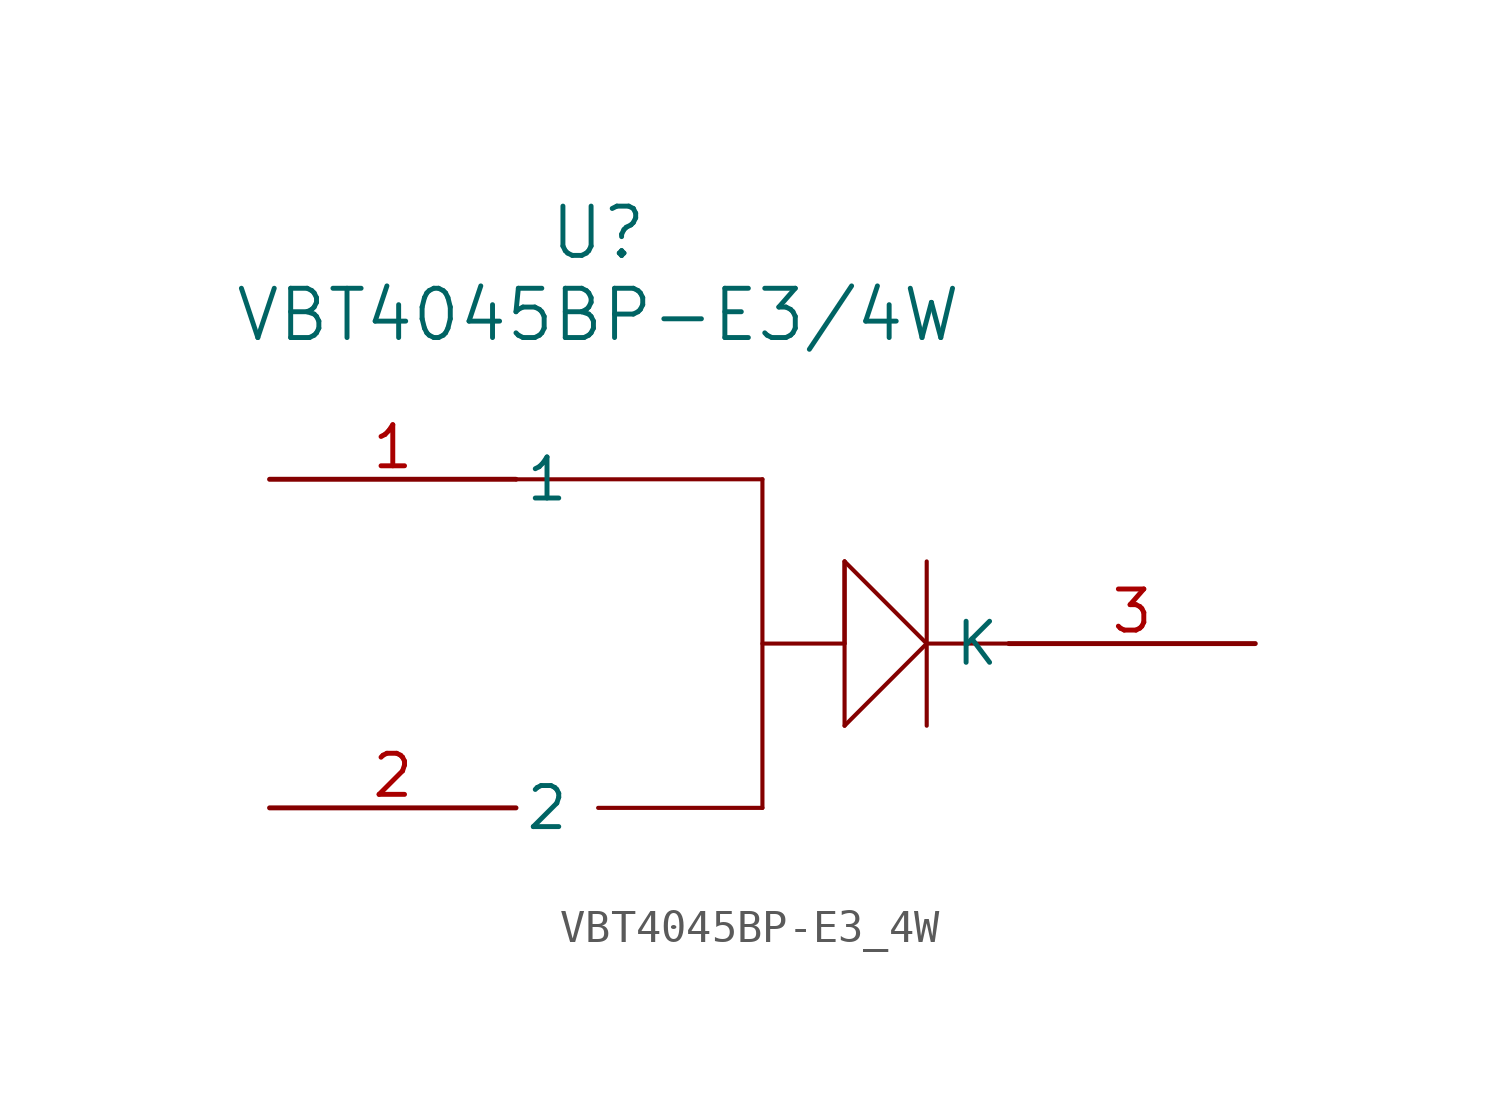
<source format=kicad_sym>
(kicad_symbol_lib
  (version 20241209)
  (generator "kicad_symbol_editor")
  (generator_version "9.0")
  (symbol "VBT4045BP-E3_4W"
    (pin_names
      (offset 0.254))
    (property "Reference" "U"
      (at 10.16 7.62 0)
      (effects (font (size 1.524 1.524))))
    (property "Value" "VBT4045BP-E3/4W"
      (at 10.16 5.08 0)
      (effects (font (size 1.524 1.524))))
    (symbol "VBT4045BP-E3_4W_0_1"
      (polyline (pts (xy 7.62 0) (xy 15.24 0)) (stroke (width 0.127) (type default)) (fill (type none)))
      (polyline (pts (xy 10.16 -10.16) (xy 15.24 -10.16)) (stroke (width 0.127) (type default)) (fill (type none)))
      (polyline (pts (xy 15.24 -5.08) (xy 17.78 -5.08)) (stroke (width 0.127) (type default)) (fill (type none)))
      (polyline (pts (xy 15.24 -10.16) (xy 15.24 0)) (stroke (width 0.127) (type default)) (fill (type none)))
      (polyline (pts (xy 17.78 -2.54) (xy 20.32 -5.08)) (stroke (width 0.127) (type default)) (fill (type none)))
      (polyline (pts (xy 17.78 -5.08) (xy 17.78 -2.54)) (stroke (width 0.127) (type default)) (fill (type none)))
      (polyline (pts (xy 17.78 -7.62) (xy 17.78 -2.54)) (stroke (width 0.127) (type default)) (fill (type none)))
      (polyline (pts (xy 17.78 -7.62) (xy 20.32 -5.08)) (stroke (width 0.127) (type default)) (fill (type none)))
      (polyline (pts (xy 20.32 -5.08) (xy 22.86 -5.08)) (stroke (width 0.127) (type default)) (fill (type none)))
      (polyline (pts (xy 20.32 -7.62) (xy 20.32 -2.54)) (stroke (width 0.127) (type default)) (fill (type none)))
      (pin passive line (at 0 0 0) (length 7.62) (name "1" (effects (font (size 1.27 1.27)))) (number "1" (effects (font (size 1.27 1.27)))))
      (pin passive line (at 0 -10.16 0) (length 7.62) (name "2" (effects (font (size 1.27 1.27)))) (number "2" (effects (font (size 1.27 1.27)))))
      (pin passive line (at 30.48 -5.08 180) (length 7.62) (name "K" (effects (font (size 1.27 1.27)))) (number "3" (effects (font (size 1.27 1.27))))))))
</source>
